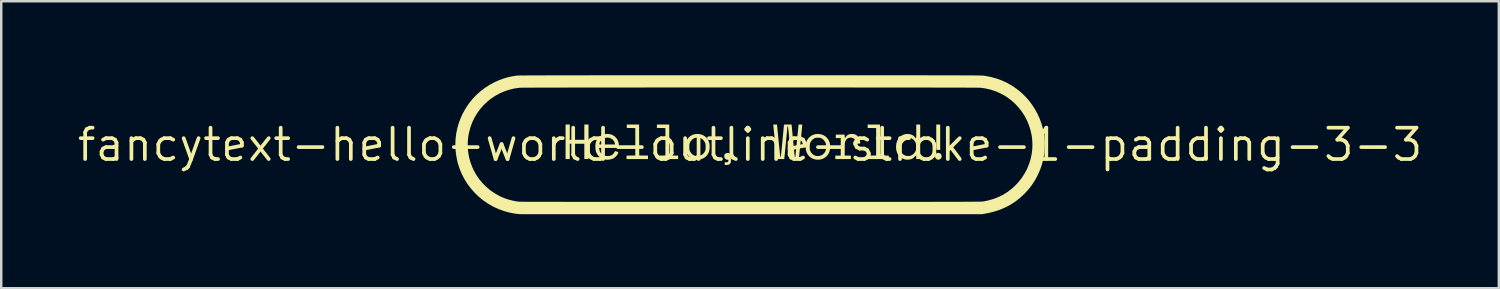
<source format=kicad_pcb>
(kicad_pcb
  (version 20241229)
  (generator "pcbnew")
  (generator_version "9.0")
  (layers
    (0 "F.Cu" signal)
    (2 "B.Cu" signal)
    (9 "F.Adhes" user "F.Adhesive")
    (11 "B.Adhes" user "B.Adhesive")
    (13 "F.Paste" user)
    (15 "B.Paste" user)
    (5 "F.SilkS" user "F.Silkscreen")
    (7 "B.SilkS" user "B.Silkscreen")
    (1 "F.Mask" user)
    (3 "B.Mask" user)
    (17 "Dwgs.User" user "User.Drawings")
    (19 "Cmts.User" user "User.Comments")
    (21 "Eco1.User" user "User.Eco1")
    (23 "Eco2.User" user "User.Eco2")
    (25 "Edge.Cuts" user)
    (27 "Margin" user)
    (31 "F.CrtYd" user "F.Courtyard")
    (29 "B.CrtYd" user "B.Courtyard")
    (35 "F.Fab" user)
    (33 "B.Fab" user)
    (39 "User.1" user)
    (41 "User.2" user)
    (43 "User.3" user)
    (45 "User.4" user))
  (footprint "fancytext-hello-world-outline-stroke-1-padding-3-3"
    (layer "F.Cu")
    (at 27.343 2.815)
    (property "Reference" "fancytext-hello-world-outline-stroke-1-padding-3-3" (at 0 0 0) (layer "F.SilkS") (effects (font (size 1.27 1.27) (thickness 0.15))))
    (attr board_only exclude_from_pos_files exclude_from_bom)
    (fp_poly (pts (xy 7.552 0.203) (xy 7.55 0.192) (xy 7.549 0.163) (xy 7.548 0.118) (xy 7.547 0.058) (xy 7.546 -0.014) (xy 7.546 -0.096) (xy 7.545 -0.187) (xy 7.545 -0.284) (xy 7.545 -0.312) (xy 7.545 -0.82) (xy 7.625 -0.82) (xy 7.705 -0.82) (xy 7.705 -0.305) (xy 7.705 0.21) (xy 7.632 0.21) (xy 7.595 0.209) (xy 7.567 0.207) (xy 7.552 0.204) (xy 7.552 0.203)) (stroke (width 0) (type solid)) (fill yes) (layer "F.SilkS"))
    (fp_poly (pts (xy -5.005 0.51) (xy -5.005 0.44) (xy -4.827 0.438) (xy -4.65 0.435) (xy -4.65 -0.12) (xy -4.65 -0.675) (xy -4.822 -0.678) (xy -4.995 -0.68) (xy -4.995 -0.75) (xy -4.995 -0.82) (xy -4.745 -0.82) (xy -4.495 -0.82) (xy -4.493 -0.193) (xy -4.49 0.435) (xy -4.312 0.438) (xy -4.135 0.44) (xy -4.135 0.51) (xy -4.135 0.58) (xy -4.57 0.58) (xy -5.005 0.58) (xy -5.005 0.51)) (stroke (width 0) (type solid)) (fill yes) (layer "F.SilkS"))
    (fp_poly (pts (xy -3.785 0.51) (xy -3.785 0.44) (xy -3.607 0.438) (xy -3.43 0.435) (xy -3.43 -0.12) (xy -3.43 -0.675) (xy -3.603 -0.678) (xy -3.775 -0.68) (xy -3.775 -0.75) (xy -3.775 -0.82) (xy -3.525 -0.82) (xy -3.275 -0.82) (xy -3.273 -0.193) (xy -3.27 0.435) (xy -3.092 0.438) (xy -2.915 0.44) (xy -2.915 0.51) (xy -2.915 0.58) (xy -3.35 0.58) (xy -3.785 0.58) (xy -3.785 0.51)) (stroke (width 0) (type solid)) (fill yes) (layer "F.SilkS"))
    (fp_poly (pts (xy 4.755 0.51) (xy 4.755 0.44) (xy 4.933 0.438) (xy 5.11 0.435) (xy 5.11 -0.12) (xy 5.11 -0.675) (xy 4.938 -0.678) (xy 4.765 -0.68) (xy 4.765 -0.75) (xy 4.765 -0.82) (xy 5.015 -0.82) (xy 5.265 -0.82) (xy 5.267 -0.193) (xy 5.27 0.435) (xy 5.447 0.438) (xy 5.625 0.44) (xy 5.625 0.51) (xy 5.625 0.58) (xy 5.19 0.58) (xy 4.755 0.58) (xy 4.755 0.51)) (stroke (width 0) (type solid)) (fill yes) (layer "F.SilkS"))
    (fp_poly (pts (xy 7.57 0.591) (xy 7.529 0.562) (xy 7.502 0.52) (xy 7.493 0.469) (xy 7.493 0.463) (xy 7.502 0.413) (xy 7.528 0.373) (xy 7.567 0.344) (xy 7.615 0.331) (xy 7.628 0.33) (xy 7.68 0.339) (xy 7.721 0.364) (xy 7.75 0.402) (xy 7.764 0.452) (xy 7.765 0.472) (xy 7.756 0.52) (xy 7.729 0.562) (xy 7.688 0.592) (xy 7.678 0.596) (xy 7.645 0.607) (xy 7.617 0.608) (xy 7.584 0.597) (xy 7.57 0.591)) (stroke (width 0) (type solid)) (fill yes) (layer "F.SilkS"))
    (fp_poly (pts (xy -7.475 -0.12) (xy -7.475 -0.82) (xy -7.39 -0.82) (xy -7.305 -0.82) (xy -7.305 -0.51) (xy -7.305 -0.2) (xy -7.01 -0.2) (xy -6.715 -0.2) (xy -6.715 -0.51) (xy -6.715 -0.82) (xy -6.63 -0.82) (xy -6.545 -0.82) (xy -6.545 -0.12) (xy -6.545 0.58) (xy -6.63 0.58) (xy -6.715 0.58) (xy -6.715 0.27) (xy -6.715 -0.04) (xy -7.01 -0.04) (xy -7.305 -0.04) (xy -7.305 0.27) (xy -7.305 0.58) (xy -7.39 0.58) (xy -7.475 0.58) (xy -7.475 -0.12)) (stroke (width 0) (type solid)) (fill yes) (layer "F.SilkS"))
    (fp_poly (pts (xy -1.025 0.765) (xy -1.025 0.71) (xy -0.965 0.71) (xy -0.93 0.709) (xy -0.91 0.705) (xy -0.896 0.695) (xy -0.89 0.686) (xy -0.879 0.657) (xy -0.877 0.633) (xy -0.882 0.613) (xy -0.896 0.607) (xy -0.907 0.608) (xy -0.945 0.604) (xy -0.985 0.585) (xy -1.017 0.555) (xy -1.026 0.543) (xy -1.043 0.502) (xy -1.047 0.456) (xy -1.04 0.413) (xy -1.03 0.394) (xy -0.996 0.359) (xy -0.952 0.338) (xy -0.904 0.331) (xy -0.857 0.34) (xy -0.838 0.35) (xy -0.815 0.366) (xy -0.799 0.384) (xy -0.787 0.409) (xy -0.78 0.443) (xy -0.776 0.489) (xy -0.775 0.55) (xy -0.775 0.573) (xy -0.775 0.63) (xy -0.776 0.671) (xy -0.778 0.7) (xy -0.783 0.721) (xy -0.789 0.736) (xy -0.798 0.751) (xy -0.83 0.787) (xy -0.873 0.809) (xy -0.928 0.819) (xy -0.958 0.82) (xy -1.025 0.82) (xy -1.025 0.765)) (stroke (width 0) (type solid)) (fill yes) (layer "F.SilkS"))
    (fp_poly (pts (xy 3.455 0.51) (xy 3.455 0.44) (xy 3.565 0.44) (xy 3.675 0.44) (xy 3.675 0.085) (xy 3.675 -0.27) (xy 3.575 -0.27) (xy 3.475 -0.27) (xy 3.475 -0.34) (xy 3.475 -0.41) (xy 3.655 -0.41) (xy 3.835 -0.41) (xy 3.835 -0.345) (xy 3.837 -0.305) (xy 3.843 -0.285) (xy 3.854 -0.284) (xy 3.872 -0.301) (xy 3.89 -0.328) (xy 3.918 -0.364) (xy 3.955 -0.392) (xy 3.979 -0.405) (xy 4.011 -0.42) (xy 4.038 -0.429) (xy 4.068 -0.433) (xy 4.107 -0.435) (xy 4.129 -0.435) (xy 4.176 -0.434) (xy 4.21 -0.431) (xy 4.239 -0.424) (xy 4.268 -0.411) (xy 4.277 -0.407) (xy 4.343 -0.364) (xy 4.395 -0.307) (xy 4.433 -0.236) (xy 4.456 -0.153) (xy 4.461 -0.117) (xy 4.467 -0.053) (xy 4.4 -0.045) (xy 4.363 -0.041) (xy 4.335 -0.037) (xy 4.32 -0.034) (xy 4.311 -0.04) (xy 4.303 -0.066) (xy 4.297 -0.096) (xy 4.28 -0.161) (xy 4.253 -0.211) (xy 4.214 -0.248) (xy 4.182 -0.266) (xy 4.118 -0.286) (xy 4.054 -0.289) (xy 3.993 -0.276) (xy 3.939 -0.247) (xy 3.913 -0.224) (xy 3.893 -0.197) (xy 3.872 -0.163) (xy 3.863 -0.145) (xy 3.856 -0.129) (xy 3.851 -0.113) (xy 3.847 -0.094) (xy 3.843 -0.071) (xy 3.841 -0.039) (xy 3.84 0.004) (xy 3.838 0.06) (xy 3.837 0.132) (xy 3.837 0.172) (xy 3.834 0.44) (xy 3.959 0.44) (xy 4.085 0.44) (xy 4.085 0.51) (xy 4.085 0.58) (xy 3.77 0.58) (xy 3.455 0.58) (xy 3.455 0.51)) (stroke (width 0) (type solid)) (fill yes) (layer "F.SilkS"))
    (fp_poly (pts (xy -5.719 -0.436) (xy -5.629 -0.415) (xy -5.56 -0.387) (xy -5.481 -0.335) (xy -5.417 -0.27) (xy -5.367 -0.192) (xy -5.334 -0.104) (xy -5.317 -0.006) (xy -5.315 0.047) (xy -5.315 0.13) (xy -6.118 0.13) (xy -6.111 0.172) (xy -6.09 0.255) (xy -6.055 0.326) (xy -6.006 0.383) (xy -5.946 0.425) (xy -5.933 0.431) (xy -5.881 0.447) (xy -5.818 0.455) (xy -5.751 0.456) (xy -5.688 0.449) (xy -5.635 0.434) (xy -5.63 0.432) (xy -5.572 0.398) (xy -5.528 0.355) (xy -5.499 0.307) (xy -5.484 0.281) (xy -5.473 0.264) (xy -5.469 0.26) (xy -5.458 0.262) (xy -5.432 0.268) (xy -5.4 0.276) (xy -5.363 0.287) (xy -5.343 0.298) (xy -5.337 0.314) (xy -5.344 0.339) (xy -5.362 0.378) (xy -5.362 0.378) (xy -5.394 0.427) (xy -5.438 0.476) (xy -5.488 0.521) (xy -5.539 0.555) (xy -5.569 0.569) (xy -5.673 0.598) (xy -5.779 0.608) (xy -5.883 0.599) (xy -5.901 0.595) (xy -5.989 0.567) (xy -6.068 0.521) (xy -6.125 0.471) (xy -6.179 0.408) (xy -6.219 0.34) (xy -6.247 0.266) (xy -6.263 0.18) (xy -6.268 0.081) (xy -6.268 0.07) (xy -6.264 -0.018) (xy -6.261 -0.033) (xy -6.105 -0.033) (xy -6.105 -0.01) (xy -5.475 -0.01) (xy -5.475 -0.037) (xy -5.482 -0.072) (xy -5.499 -0.114) (xy -5.522 -0.156) (xy -5.55 -0.192) (xy -5.556 -0.198) (xy -5.616 -0.244) (xy -5.686 -0.275) (xy -5.76 -0.289) (xy -5.836 -0.286) (xy -5.909 -0.268) (xy -5.977 -0.233) (xy -5.993 -0.221) (xy -6.025 -0.189) (xy -6.056 -0.149) (xy -6.082 -0.105) (xy -6.099 -0.064) (xy -6.105 -0.033) (xy -6.261 -0.033) (xy -6.251 -0.092) (xy -6.228 -0.158) (xy -6.195 -0.22) (xy -6.137 -0.292) (xy -6.067 -0.351) (xy -5.987 -0.396) (xy -5.901 -0.425) (xy -5.81 -0.439)) (stroke (width 0) (type solid)) (fill yes) (layer "F.SilkS"))
    (fp_poly (pts (xy -2.1 -0.437) (xy -2 -0.421) (xy -1.908 -0.388) (xy -1.827 -0.34) (xy -1.759 -0.277) (xy -1.704 -0.2) (xy -1.686 -0.166) (xy -1.659 -0.099) (xy -1.643 -0.03) (xy -1.636 0.048) (xy -1.635 0.085) (xy -1.642 0.19) (xy -1.663 0.282) (xy -1.7 0.363) (xy -1.752 0.437) (xy -1.779 0.466) (xy -1.854 0.527) (xy -1.939 0.571) (xy -2.031 0.598) (xy -2.128 0.607) (xy -2.228 0.598) (xy -2.243 0.595) (xy -2.329 0.569) (xy -2.403 0.531) (xy -2.471 0.477) (xy -2.532 0.41) (xy -2.577 0.335) (xy -2.607 0.251) (xy -2.622 0.155) (xy -2.625 0.09) (xy -2.46 0.09) (xy -2.46 0.143) (xy -2.458 0.181) (xy -2.455 0.209) (xy -2.449 0.231) (xy -2.44 0.253) (xy -2.432 0.27) (xy -2.385 0.342) (xy -2.328 0.397) (xy -2.259 0.436) (xy -2.232 0.446) (xy -2.18 0.456) (xy -2.118 0.457) (xy -2.055 0.449) (xy -1.998 0.433) (xy -1.98 0.426) (xy -1.917 0.384) (xy -1.864 0.326) (xy -1.826 0.261) (xy -1.815 0.235) (xy -1.807 0.211) (xy -1.803 0.184) (xy -1.801 0.149) (xy -1.8 0.101) (xy -1.8 0.085) (xy -1.8 0.033) (xy -1.802 -0.004) (xy -1.805 -0.032) (xy -1.812 -0.055) (xy -1.822 -0.081) (xy -1.833 -0.102) (xy -1.877 -0.171) (xy -1.933 -0.226) (xy -1.994 -0.262) (xy -2.022 -0.274) (xy -2.052 -0.281) (xy -2.09 -0.284) (xy -2.13 -0.285) (xy -2.177 -0.284) (xy -2.211 -0.281) (xy -2.24 -0.273) (xy -2.27 -0.261) (xy -2.277 -0.257) (xy -2.342 -0.214) (xy -2.397 -0.155) (xy -2.434 -0.091) (xy -2.445 -0.066) (xy -2.452 -0.042) (xy -2.457 -0.016) (xy -2.459 0.018) (xy -2.46 0.064) (xy -2.46 0.09) (xy -2.625 0.09) (xy -2.625 0.085) (xy -2.618 -0.02) (xy -2.598 -0.112) (xy -2.562 -0.194) (xy -2.511 -0.266) (xy -2.476 -0.303) (xy -2.398 -0.365) (xy -2.312 -0.408) (xy -2.219 -0.432) (xy -2.119 -0.438)) (stroke (width 0) (type solid)) (fill yes) (layer "F.SilkS"))
    (fp_poly (pts (xy 2.78 -0.437) (xy 2.881 -0.421) (xy 2.972 -0.388) (xy 3.053 -0.34) (xy 3.121 -0.277) (xy 3.176 -0.2) (xy 3.194 -0.166) (xy 3.221 -0.099) (xy 3.237 -0.03) (xy 3.244 0.048) (xy 3.245 0.085) (xy 3.238 0.19) (xy 3.217 0.282) (xy 3.18 0.363) (xy 3.128 0.437) (xy 3.101 0.466) (xy 3.026 0.527) (xy 2.941 0.571) (xy 2.849 0.598) (xy 2.752 0.607) (xy 2.652 0.598) (xy 2.637 0.595) (xy 2.551 0.569) (xy 2.477 0.531) (xy 2.409 0.477) (xy 2.348 0.41) (xy 2.303 0.335) (xy 2.273 0.251) (xy 2.258 0.155) (xy 2.255 0.09) (xy 2.42 0.09) (xy 2.42 0.143) (xy 2.422 0.181) (xy 2.425 0.209) (xy 2.431 0.231) (xy 2.44 0.253) (xy 2.448 0.27) (xy 2.495 0.342) (xy 2.552 0.397) (xy 2.621 0.436) (xy 2.648 0.446) (xy 2.7 0.456) (xy 2.762 0.457) (xy 2.825 0.449) (xy 2.882 0.433) (xy 2.9 0.426) (xy 2.963 0.384) (xy 3.016 0.326) (xy 3.054 0.261) (xy 3.065 0.235) (xy 3.073 0.211) (xy 3.077 0.184) (xy 3.079 0.149) (xy 3.08 0.101) (xy 3.08 0.085) (xy 3.08 0.033) (xy 3.078 -0.004) (xy 3.075 -0.032) (xy 3.068 -0.055) (xy 3.058 -0.081) (xy 3.047 -0.102) (xy 3.003 -0.171) (xy 2.947 -0.226) (xy 2.886 -0.262) (xy 2.858 -0.274) (xy 2.828 -0.281) (xy 2.79 -0.284) (xy 2.75 -0.285) (xy 2.703 -0.284) (xy 2.669 -0.281) (xy 2.64 -0.273) (xy 2.61 -0.261) (xy 2.603 -0.257) (xy 2.538 -0.214) (xy 2.483 -0.155) (xy 2.446 -0.091) (xy 2.435 -0.066) (xy 2.428 -0.042) (xy 2.423 -0.016) (xy 2.421 0.018) (xy 2.42 0.064) (xy 2.42 0.09) (xy 2.255 0.09) (xy 2.255 0.085) (xy 2.262 -0.02) (xy 2.282 -0.112) (xy 2.318 -0.194) (xy 2.369 -0.266) (xy 2.404 -0.303) (xy 2.482 -0.365) (xy 2.568 -0.408) (xy 2.661 -0.432) (xy 2.761 -0.438)) (stroke (width 0) (type solid)) (fill yes) (layer "F.SilkS"))
    (fp_poly (pts (xy 6.895 0.58) (xy 6.735 0.58) (xy 6.735 0.505) (xy 6.734 0.469) (xy 6.733 0.443) (xy 6.73 0.43) (xy 6.73 0.43) (xy 6.721 0.437) (xy 6.702 0.454) (xy 6.676 0.48) (xy 6.662 0.493) (xy 6.621 0.533) (xy 6.583 0.559) (xy 6.543 0.578) (xy 6.542 0.579) (xy 6.469 0.598) (xy 6.389 0.605) (xy 6.31 0.601) (xy 6.279 0.596) (xy 6.19 0.566) (xy 6.111 0.52) (xy 6.055 0.471) (xy 5.997 0.4) (xy 5.954 0.317) (xy 5.927 0.222) (xy 5.916 0.115) (xy 5.915 0.085) (xy 5.915 0.085) (xy 6.08 0.085) (xy 6.08 0.137) (xy 6.082 0.175) (xy 6.086 0.204) (xy 6.092 0.228) (xy 6.103 0.254) (xy 6.108 0.265) (xy 6.151 0.337) (xy 6.205 0.393) (xy 6.269 0.431) (xy 6.343 0.453) (xy 6.422 0.456) (xy 6.479 0.45) (xy 6.528 0.435) (xy 6.548 0.426) (xy 6.613 0.384) (xy 6.666 0.325) (xy 6.704 0.261) (xy 6.715 0.235) (xy 6.723 0.211) (xy 6.727 0.184) (xy 6.729 0.149) (xy 6.73 0.101) (xy 6.73 0.085) (xy 6.73 0.033) (xy 6.728 -0.005) (xy 6.724 -0.034) (xy 6.717 -0.059) (xy 6.707 -0.085) (xy 6.701 -0.098) (xy 6.659 -0.166) (xy 6.605 -0.22) (xy 6.541 -0.26) (xy 6.469 -0.283) (xy 6.394 -0.29) (xy 6.317 -0.278) (xy 6.289 -0.269) (xy 6.221 -0.233) (xy 6.164 -0.18) (xy 6.118 -0.112) (xy 6.112 -0.101) (xy 6.099 -0.072) (xy 6.089 -0.048) (xy 6.084 -0.024) (xy 6.081 0.006) (xy 6.08 0.047) (xy 6.08 0.085) (xy 5.915 0.085) (xy 5.923 -0.02) (xy 5.946 -0.118) (xy 5.983 -0.205) (xy 6.034 -0.281) (xy 6.071 -0.319) (xy 6.144 -0.373) (xy 6.226 -0.411) (xy 6.312 -0.434) (xy 6.401 -0.439) (xy 6.489 -0.426) (xy 6.572 -0.396) (xy 6.575 -0.395) (xy 6.602 -0.378) (xy 6.633 -0.354) (xy 6.662 -0.326) (xy 6.687 -0.3) (xy 6.702 -0.279) (xy 6.705 -0.27) (xy 6.713 -0.261) (xy 6.72 -0.26) (xy 6.724 -0.262) (xy 6.728 -0.27) (xy 6.731 -0.286) (xy 6.732 -0.312) (xy 6.734 -0.35) (xy 6.735 -0.401) (xy 6.735 -0.47) (xy 6.735 -0.54) (xy 6.735 -0.82) (xy 6.895 -0.82)) (stroke (width 0) (type solid)) (fill yes) (layer "F.SilkS"))
    (fp_poly (pts (xy 1.081 0.568) (xy 1.079 0.556) (xy 1.076 0.526) (xy 1.071 0.479) (xy 1.064 0.417) (xy 1.056 0.343) (xy 1.048 0.256) (xy 1.038 0.16) (xy 1.027 0.055) (xy 1.016 -0.056) (xy 1.01 -0.115) (xy 0.999 -0.229) (xy 0.988 -0.338) (xy 0.978 -0.439) (xy 0.969 -0.531) (xy 0.961 -0.612) (xy 0.954 -0.682) (xy 0.948 -0.737) (xy 0.944 -0.776) (xy 0.941 -0.798) (xy 0.941 -0.802) (xy 0.941 -0.811) (xy 0.949 -0.817) (xy 0.968 -0.819) (xy 1.003 -0.82) (xy 1.014 -0.82) (xy 1.091 -0.82) (xy 1.154 -0.193) (xy 1.165 -0.081) (xy 1.176 0.025) (xy 1.186 0.124) (xy 1.195 0.214) (xy 1.203 0.294) (xy 1.21 0.361) (xy 1.216 0.415) (xy 1.22 0.452) (xy 1.222 0.471) (xy 1.222 0.473) (xy 1.226 0.494) (xy 1.23 0.506) (xy 1.234 0.508) (xy 1.238 0.5) (xy 1.243 0.479) (xy 1.249 0.446) (xy 1.255 0.399) (xy 1.263 0.338) (xy 1.271 0.26) (xy 1.281 0.167) (xy 1.292 0.055) (xy 1.305 -0.075) (xy 1.312 -0.146) (xy 1.322 -0.258) (xy 1.333 -0.364) (xy 1.342 -0.463) (xy 1.35 -0.553) (xy 1.358 -0.632) (xy 1.364 -0.698) (xy 1.369 -0.75) (xy 1.372 -0.787) (xy 1.374 -0.805) (xy 1.374 -0.807) (xy 1.38 -0.813) (xy 1.397 -0.816) (xy 1.428 -0.818) (xy 1.475 -0.82) (xy 1.529 -0.82) (xy 1.682 -0.82) (xy 1.688 -0.767) (xy 1.69 -0.748) (xy 1.694 -0.711) (xy 1.699 -0.658) (xy 1.705 -0.59) (xy 1.713 -0.51) (xy 1.721 -0.42) (xy 1.731 -0.321) (xy 1.741 -0.216) (xy 1.751 -0.105) (xy 1.751 -0.102) (xy 1.764 0.03) (xy 1.775 0.144) (xy 1.785 0.24) (xy 1.793 0.32) (xy 1.8 0.384) (xy 1.806 0.433) (xy 1.811 0.47) (xy 1.816 0.494) (xy 1.819 0.507) (xy 1.822 0.51) (xy 1.834 0.502) (xy 1.835 0.497) (xy 1.836 0.486) (xy 1.839 0.456) (xy 1.843 0.409) (xy 1.849 0.348) (xy 1.857 0.273) (xy 1.865 0.187) (xy 1.875 0.092) (xy 1.885 -0.012) (xy 1.897 -0.121) (xy 1.9 -0.155) (xy 1.911 -0.266) (xy 1.922 -0.372) (xy 1.932 -0.47) (xy 1.941 -0.559) (xy 1.948 -0.637) (xy 1.955 -0.702) (xy 1.96 -0.753) (xy 1.963 -0.788) (xy 1.965 -0.806) (xy 1.965 -0.807) (xy 1.972 -0.815) (xy 1.995 -0.819) (xy 2.035 -0.82) (xy 2.04 -0.82) (xy 2.078 -0.82) (xy 2.101 -0.817) (xy 2.112 -0.813) (xy 2.115 -0.804) (xy 2.115 -0.799) (xy 2.114 -0.785) (xy 2.111 -0.753) (xy 2.107 -0.706) (xy 2.101 -0.645) (xy 2.094 -0.572) (xy 2.086 -0.489) (xy 2.077 -0.398) (xy 2.067 -0.302) (xy 2.057 -0.203) (xy 2.047 -0.102) (xy 2.037 -0.001) (xy 2.027 0.097) (xy 2.017 0.191) (xy 2.008 0.278) (xy 2 0.357) (xy 1.993 0.424) (xy 1.987 0.479) (xy 1.983 0.52) (xy 1.98 0.543) (xy 1.979 0.548) (xy 1.974 0.581) (xy 1.822 0.578) (xy 1.67 0.575) (xy 1.634 0.205) (xy 1.624 0.104) (xy 1.613 -0.005) (xy 1.603 -0.118) (xy 1.592 -0.229) (xy 1.582 -0.332) (xy 1.573 -0.423) (xy 1.57 -0.458) (xy 1.561 -0.547) (xy 1.553 -0.618) (xy 1.547 -0.672) (xy 1.541 -0.71) (xy 1.536 -0.735) (xy 1.531 -0.748) (xy 1.528 -0.75) (xy 1.516 -0.743) (xy 1.515 -0.738) (xy 1.514 -0.725) (xy 1.511 -0.694) (xy 1.507 -0.648) (xy 1.501 -0.587) (xy 1.494 -0.515) (xy 1.487 -0.434) (xy 1.478 -0.345) (xy 1.469 -0.251) (xy 1.459 -0.153) (xy 1.45 -0.054) (xy 1.44 0.044) (xy 1.431 0.139) (xy 1.422 0.229) (xy 1.414 0.312) (xy 1.406 0.385) (xy 1.4 0.448) (xy 1.395 0.497) (xy 1.391 0.531) (xy 1.39 0.547) (xy 1.389 0.547) (xy 1.384 0.58) (xy 1.234 0.58) (xy 1.172 0.58) (xy 1.127 0.578) (xy 1.099 0.575) (xy 1.084 0.571) (xy 1.081 0.568)) (stroke (width 0) (type solid)) (fill yes) (layer "F.SilkS"))
    (fp_poly (pts (xy 1.513 -2.815) (xy 1.976 -2.815) (xy 2.421 -2.815) (xy 2.847 -2.815) (xy 3.256 -2.815) (xy 3.647 -2.815) (xy 4.021 -2.815) (xy 4.379 -2.815) (xy 4.72 -2.815) (xy 5.046 -2.815) (xy 5.357 -2.815) (xy 5.652 -2.814) (xy 5.933 -2.814) (xy 6.199 -2.814) (xy 6.451 -2.814) (xy 6.69 -2.814) (xy 6.916 -2.814) (xy 7.129 -2.814) (xy 7.33 -2.813) (xy 7.519 -2.813) (xy 7.696 -2.813) (xy 7.862 -2.813) (xy 8.017 -2.813) (xy 8.161 -2.812) (xy 8.296 -2.812) (xy 8.421 -2.812) (xy 8.536 -2.811) (xy 8.643 -2.811) (xy 8.741 -2.811) (xy 8.83 -2.81) (xy 8.912 -2.81) (xy 8.987 -2.809) (xy 9.055 -2.809) (xy 9.116 -2.808) (xy 9.17 -2.808) (xy 9.219 -2.807) (xy 9.262 -2.807) (xy 9.3 -2.806) (xy 9.334 -2.805) (xy 9.363 -2.804) (xy 9.388 -2.804) (xy 9.41 -2.803) (xy 9.428 -2.802) (xy 9.443 -2.801) (xy 9.456 -2.801) (xy 9.467 -2.8) (xy 9.476 -2.799) (xy 9.484 -2.798) (xy 9.49 -2.797) (xy 9.732 -2.752) (xy 9.962 -2.691) (xy 10.181 -2.613) (xy 10.39 -2.519) (xy 10.591 -2.407) (xy 10.784 -2.278) (xy 10.969 -2.13) (xy 10.97 -2.13) (xy 11.131 -1.979) (xy 11.281 -1.812) (xy 11.419 -1.633) (xy 11.543 -1.443) (xy 11.652 -1.244) (xy 11.744 -1.039) (xy 11.818 -0.829) (xy 11.834 -0.775) (xy 11.872 -0.627) (xy 11.901 -0.486) (xy 11.921 -0.348) (xy 11.933 -0.205) (xy 11.938 -0.051) (xy 11.938 0) (xy 11.931 0.22) (xy 11.91 0.429) (xy 11.872 0.631) (xy 11.819 0.829) (xy 11.748 1.026) (xy 11.659 1.227) (xy 11.645 1.255) (xy 11.541 1.448) (xy 11.423 1.629) (xy 11.289 1.802) (xy 11.138 1.968) (xy 11.111 1.996) (xy 10.939 2.154) (xy 10.76 2.295) (xy 10.571 2.419) (xy 10.373 2.527) (xy 10.164 2.619) (xy 9.943 2.695) (xy 9.71 2.756) (xy 9.525 2.793) (xy 9.4 2.814) (xy 0.06 2.815) (xy -0.372 2.815) (xy -0.799 2.815) (xy -1.221 2.815) (xy -1.638 2.815) (xy -2.048 2.815) (xy -2.452 2.815) (xy -3.619 2.815) (xy -3.992 2.815) (xy -4.356 2.815) (xy -4.711 2.815) (xy -5.057 2.815) (xy -5.392 2.815) (xy -5.717 2.815) (xy -6.031 2.815) (xy -6.334 2.815) (xy -6.624 2.815) (xy -6.903 2.815) (xy -7.168 2.815) (xy -7.421 2.815) (xy -7.66 2.815) (xy -7.885 2.815) (xy -8.095 2.815) (xy -8.29 2.814) (xy -8.471 2.814) (xy -8.635 2.814) (xy -8.783 2.814) (xy -8.914 2.814) (xy -9.028 2.814) (xy -9.125 2.814) (xy -9.203 2.814) (xy -9.263 2.813) (xy -9.305 2.813) (xy -9.326 2.813) (xy -9.33 2.813) (xy -9.544 2.789) (xy -9.76 2.746) (xy -9.975 2.686) (xy -10.186 2.609) (xy -10.391 2.516) (xy -10.424 2.499) (xy -10.624 2.384) (xy -10.814 2.253) (xy -10.992 2.108) (xy -11.158 1.948) (xy -11.31 1.776) (xy -11.448 1.593) (xy -11.57 1.399) (xy -11.676 1.196) (xy -11.765 0.985) (xy -11.836 0.768) (xy -11.849 0.719) (xy -11.899 0.483) (xy -11.931 0.247) (xy -11.939 0.075) (xy -11.441 0.075) (xy -11.424 0.287) (xy -11.388 0.496) (xy -11.333 0.701) (xy -11.259 0.901) (xy -11.198 1.034) (xy -11.093 1.222) (xy -10.972 1.398) (xy -10.836 1.561) (xy -10.686 1.711) (xy -10.523 1.847) (xy -10.347 1.968) (xy -10.16 2.074) (xy -10.026 2.136) (xy -9.901 2.184) (xy -9.763 2.228) (xy -9.62 2.264) (xy -9.478 2.292) (xy -9.36 2.308) (xy -9.345 2.309) (xy -9.311 2.309) (xy -9.257 2.31) (xy -9.184 2.31) (xy -9.093 2.311) (xy -8.983 2.311) (xy -8.855 2.311) (xy -8.71 2.312) (xy -8.547 2.312) (xy -8.367 2.312) (xy -8.17 2.313) (xy -7.957 2.313) (xy -7.728 2.313) (xy -7.483 2.314) (xy -7.223 2.314) (xy -6.947 2.314) (xy -6.657 2.315) (xy -6.352 2.315) (xy -6.033 2.315) (xy -5.701 2.315) (xy -5.355 2.315) (xy -4.996 2.316) (xy -4.624 2.316) (xy -4.239 2.316) (xy -3.843 2.316) (xy -3.434 2.316) (xy -3.014 2.316) (xy -2.583 2.316) (xy -2.141 2.316) (xy -1.689 2.316) (xy -1.226 2.316) (xy -0.754 2.316) (xy -0.272 2.316) (xy 0.045 2.316) (xy 0.564 2.316) (xy 1.064 2.316) (xy 1.544 2.316) (xy 2.006 2.316) (xy 2.449 2.316) (xy 2.874 2.316) (xy 3.281 2.316) (xy 3.671 2.315) (xy 4.044 2.315) (xy 4.401 2.315) (xy 4.741 2.315) (xy 5.066 2.315) (xy 5.375 2.315) (xy 5.669 2.315) (xy 5.948 2.315) (xy 6.213 2.315) (xy 6.464 2.314) (xy 6.702 2.314) (xy 6.927 2.314) (xy 7.138 2.314) (xy 7.338 2.314) (xy 7.525 2.313) (xy 7.701 2.313) (xy 7.866 2.313) (xy 8.02 2.313) (xy 8.163 2.312) (xy 8.296 2.312) (xy 8.42 2.312) (xy 8.534 2.311) (xy 8.64 2.311) (xy 8.737 2.31) (xy 8.825 2.31) (xy 8.906 2.31) (xy 8.98 2.309) (xy 9.046 2.309) (xy 9.106 2.308) (xy 9.159 2.307) (xy 9.207 2.307) (xy 9.249 2.306) (xy 9.286 2.306) (xy 9.319 2.305) (xy 9.347 2.304) (xy 9.371 2.304) (xy 9.391 2.303) (xy 9.408 2.302) (xy 9.423 2.301) (xy 9.435 2.3) (xy 9.445 2.299) (xy 9.453 2.298) (xy 9.46 2.297) (xy 9.464 2.297) (xy 9.683 2.25) (xy 9.89 2.188) (xy 10.085 2.11) (xy 10.269 2.017) (xy 10.443 1.906) (xy 10.608 1.779) (xy 10.732 1.667) (xy 10.879 1.511) (xy 11.011 1.343) (xy 11.125 1.167) (xy 11.223 0.982) (xy 11.303 0.789) (xy 11.366 0.591) (xy 11.41 0.388) (xy 11.436 0.181) (xy 11.443 -0.029) (xy 11.43 -0.239) (xy 11.41 -0.385) (xy 11.364 -0.594) (xy 11.3 -0.796) (xy 11.218 -0.991) (xy 11.12 -1.177) (xy 11.004 -1.353) (xy 10.874 -1.519) (xy 10.728 -1.672) (xy 10.569 -1.812) (xy 10.396 -1.939) (xy 10.299 -2) (xy 10.127 -2.091) (xy 9.943 -2.169) (xy 9.751 -2.232) (xy 9.553 -2.278) (xy 9.353 -2.308) (xy 9.341 -2.309) (xy 9.325 -2.31) (xy 9.289 -2.31) (xy 9.235 -2.311) (xy 9.162 -2.312) (xy 9.071 -2.312) (xy 8.963 -2.313) (xy 8.838 -2.313) (xy 8.697 -2.314) (xy 8.541 -2.314) (xy 8.369 -2.315) (xy 8.182 -2.315) (xy 7.982 -2.315) (xy 7.768 -2.316) (xy 7.541 -2.316) (xy 7.302 -2.317) (xy 7.051 -2.317) (xy 6.788 -2.317) (xy 6.515 -2.318) (xy 6.231 -2.318) (xy 5.938 -2.318) (xy 5.635 -2.318) (xy 5.324 -2.319) (xy 5.005 -2.319) (xy 4.678 -2.319) (xy 4.344 -2.319) (xy 4.004 -2.32) (xy 3.658 -2.32) (xy 3.306 -2.32) (xy 2.95 -2.32) (xy 2.589 -2.32) (xy 2.224 -2.32) (xy 1.856 -2.32) (xy 1.486 -2.32) (xy 1.113 -2.321) (xy 0.739 -2.321) (xy 0.364 -2.321) (xy -0.012 -2.321) (xy -0.388 -2.321) (xy -0.763 -2.321) (xy -1.137 -2.321) (xy -1.51 -2.321) (xy -1.88 -2.32) (xy -2.248 -2.32) (xy -2.612 -2.32) (xy -2.973 -2.32) (xy -3.329 -2.32) (xy -3.68 -2.32) (xy -4.026 -2.32) (xy -4.366 -2.319) (xy -4.699 -2.319) (xy -5.026 -2.319) (xy -5.344 -2.319) (xy -5.655 -2.319) (xy -5.957 -2.318) (xy -6.25 -2.318) (xy -6.533 -2.318) (xy -6.805 -2.317) (xy -7.067 -2.317) (xy -7.318 -2.317) (xy -7.556 -2.316) (xy -7.782 -2.316) (xy -7.995 -2.315) (xy -8.195 -2.315) (xy -8.38 -2.315) (xy -8.551 -2.314) (xy -8.707 -2.314) (xy -8.847 -2.313) (xy -8.97 -2.313) (xy -9.077 -2.312) (xy -9.167 -2.312) (xy -9.239 -2.311) (xy -9.292 -2.311) (xy -9.326 -2.31) (xy -9.341 -2.309) (xy -9.552 -2.279) (xy -9.757 -2.23) (xy -9.954 -2.164) (xy -10.143 -2.082) (xy -10.323 -1.983) (xy -10.493 -1.87) (xy -10.652 -1.742) (xy -10.799 -1.601) (xy -10.933 -1.448) (xy -11.054 -1.284) (xy -11.16 -1.108) (xy -11.25 -0.923) (xy -11.324 -0.728) (xy -11.381 -0.525) (xy -11.415 -0.351) (xy -11.438 -0.138) (xy -11.441 0.075) (xy -11.939 0.075) (xy -11.942 0.012) (xy -11.934 -0.222) (xy -11.906 -0.453) (xy -11.859 -0.682) (xy -11.792 -0.907) (xy -11.706 -1.127) (xy -11.644 -1.26) (xy -11.528 -1.468) (xy -11.398 -1.664) (xy -11.252 -1.847) (xy -11.091 -2.017) (xy -10.917 -2.173) (xy -10.729 -2.314) (xy -10.529 -2.441) (xy -10.37 -2.525) (xy -10.192 -2.607) (xy -10.016 -2.674) (xy -9.838 -2.728) (xy -9.652 -2.77) (xy -9.453 -2.801) (xy -9.45 -2.802) (xy -9.441 -2.803) (xy -9.427 -2.803) (xy -9.407 -2.804) (xy -9.38 -2.805) (xy -9.346 -2.805) (xy -9.305 -2.806) (xy -9.257 -2.807) (xy -9.201 -2.807) (xy -9.137 -2.808) (xy -9.064 -2.808) (xy -8.982 -2.809) (xy -8.891 -2.809) (xy -8.791 -2.81) (xy -8.68 -2.81) (xy -8.56 -2.81) (xy -8.429 -2.811) (xy -8.287 -2.811) (xy -8.133 -2.812) (xy -7.969 -2.812) (xy -7.792 -2.812) (xy -7.602 -2.812) (xy -7.401 -2.813) (xy -7.186 -2.813) (xy -6.958 -2.813) (xy -6.716 -2.813) (xy -6.46 -2.814) (xy -6.19 -2.814) (xy -5.905 -2.814) (xy -5.605 -2.814) (xy -5.289 -2.814) (xy -4.958 -2.814) (xy -4.611 -2.814) (xy -4.247 -2.815) (xy -3.867 -2.815) (xy -3.469 -2.815) (xy -3.054 -2.815) (xy -2.621 -2.815) (xy -2.17 -2.815) (xy -1.7 -2.815) (xy -1.212 -2.815) (xy -0.704 -2.815) (xy -0.177 -2.815) (xy 1.032 -2.815)) (stroke (width 0) (type solid)) (fill yes) (layer "F.SilkS")))
  (gr_rect
    (start -3 -3)
    (end 57.685 8.63)
    (stroke (width 0.1) (type default))
    (fill no)
    (layer "Edge.Cuts")))
</source>
